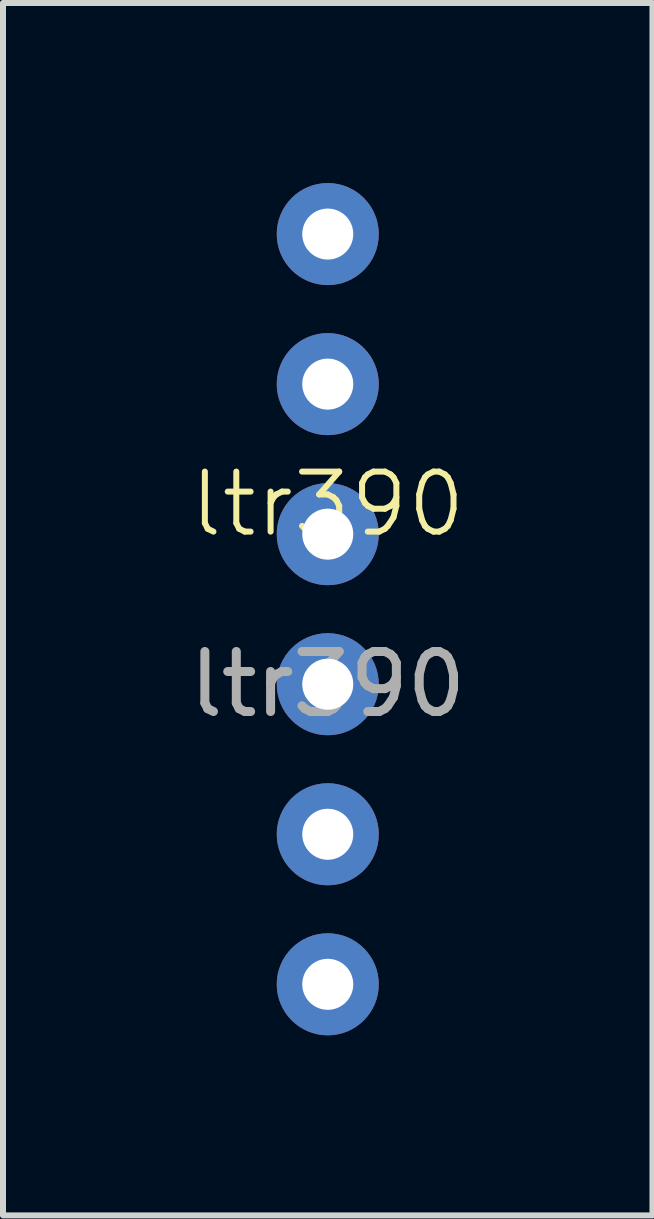
<source format=kicad_pcb>
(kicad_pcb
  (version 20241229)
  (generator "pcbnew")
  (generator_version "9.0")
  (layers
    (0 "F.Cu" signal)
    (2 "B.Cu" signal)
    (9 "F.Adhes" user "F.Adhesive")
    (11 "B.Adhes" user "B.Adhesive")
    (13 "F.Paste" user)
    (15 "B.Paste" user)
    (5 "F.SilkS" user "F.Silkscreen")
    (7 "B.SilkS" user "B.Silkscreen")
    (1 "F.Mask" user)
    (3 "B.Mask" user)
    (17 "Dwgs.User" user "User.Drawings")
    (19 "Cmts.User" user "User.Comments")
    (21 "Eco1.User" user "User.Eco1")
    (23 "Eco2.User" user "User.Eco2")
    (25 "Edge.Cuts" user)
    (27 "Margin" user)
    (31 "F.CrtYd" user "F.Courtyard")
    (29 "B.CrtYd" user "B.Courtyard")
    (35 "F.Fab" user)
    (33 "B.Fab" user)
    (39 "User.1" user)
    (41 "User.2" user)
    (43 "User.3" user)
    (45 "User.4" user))
  (footprint "ltr390"
    (layer "F.Cu")
    (at 2.411 5.85)
    (property "Reference" "ltr390" (at 0 -0.5 0) (unlocked yes) (layer "F.SilkS") (effects (font (size 1 1) (thickness 0.1))))
    (attr through_hole)
    (fp_text user "${REFERENCE}" (at 0 2.5 0) (unlocked yes) (layer "F.Fab") (effects (font (size 1 1) (thickness 0.15))))
    (pad "1" thru_hole circle (at 0 -5) (size 1.7 1.7) (drill 0.85) (layers "*.Cu" "*.Mask"))
    (pad "2" thru_hole circle (at 0 -2.5) (size 1.7 1.7) (drill 0.85) (layers "*.Cu" "*.Mask"))
    (pad "3" thru_hole circle (at 0 0) (size 1.7 1.7) (drill 0.85) (layers "*.Cu" "*.Mask"))
    (pad "4" thru_hole circle (at 0 2.5) (size 1.7 1.7) (drill 0.85) (layers "*.Cu" "*.Mask"))
    (pad "5" thru_hole circle (at 0 5) (size 1.7 1.7) (drill 0.85) (layers "*.Cu" "*.Mask"))
    (pad "6" thru_hole circle (at 0 7.5) (size 1.7 1.7) (drill 0.85) (layers "*.Cu" "*.Mask")))
  (gr_rect
    (start -3 -3)
    (end 7.821 17.2)
    (stroke (width 0.1) (type default))
    (fill no)
    (layer "Edge.Cuts")))
</source>
